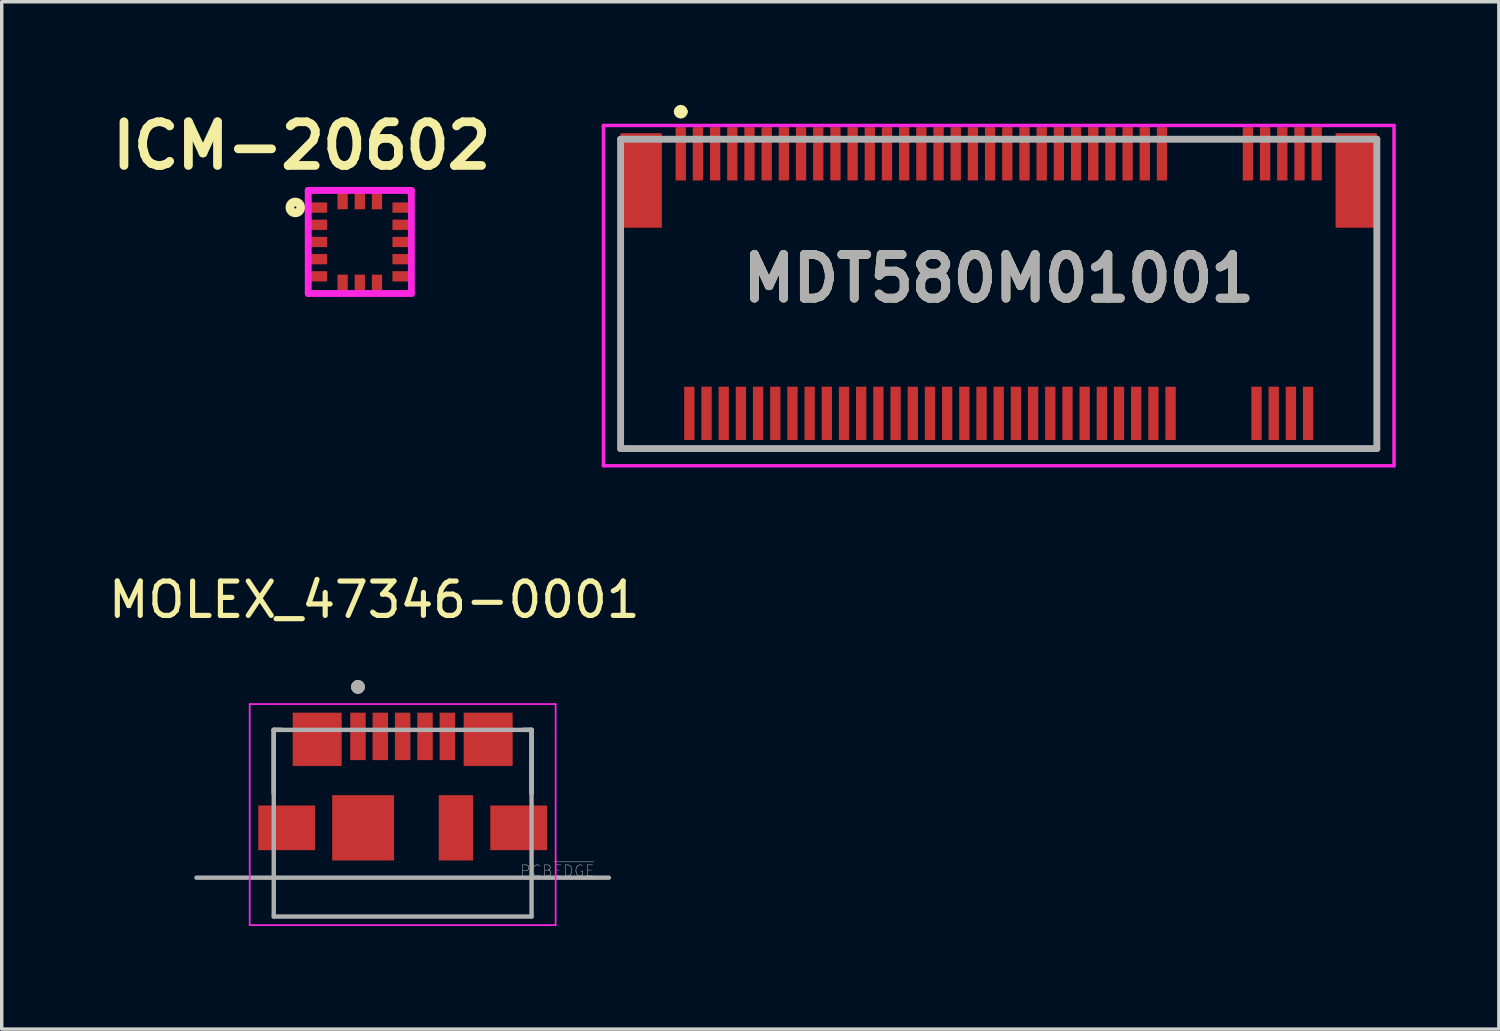
<source format=kicad_pcb>
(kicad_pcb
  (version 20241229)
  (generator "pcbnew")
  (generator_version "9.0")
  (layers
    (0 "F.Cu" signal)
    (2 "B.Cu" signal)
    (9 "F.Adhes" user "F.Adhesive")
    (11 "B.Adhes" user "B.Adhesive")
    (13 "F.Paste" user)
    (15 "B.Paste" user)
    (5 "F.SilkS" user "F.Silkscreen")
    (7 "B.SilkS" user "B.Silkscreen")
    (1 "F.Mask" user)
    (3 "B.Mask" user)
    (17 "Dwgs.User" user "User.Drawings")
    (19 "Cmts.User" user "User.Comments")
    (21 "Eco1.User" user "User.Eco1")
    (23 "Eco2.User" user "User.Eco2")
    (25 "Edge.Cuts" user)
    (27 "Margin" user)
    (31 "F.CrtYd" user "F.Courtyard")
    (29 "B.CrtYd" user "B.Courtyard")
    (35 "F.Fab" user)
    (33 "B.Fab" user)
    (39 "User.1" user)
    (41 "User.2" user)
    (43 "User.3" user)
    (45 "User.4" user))
  (footprint "MDT580M01001"
    (layer "F.Cu")
    (at 26.004 5.05)
    (property "Reference" "MDT580M01001" (at 0 0 0) (layer "F.SilkS") (effects (font (size 1.27 1.27) (thickness 0.254))))
    (attr through_hole)
    (fp_line (start -11 -1) (end -11 4.95) (stroke (width 0.1) (type solid)) (layer "F.SilkS"))
    (fp_line (start -11 4.95) (end -10 4.95) (stroke (width 0.1) (type solid)) (layer "F.SilkS"))
    (fp_line (start -9.35 -4.85) (end -9.35 -4.85) (stroke (width 0.2) (type solid)) (layer "F.SilkS"))
    (fp_line (start -9.15 -4.85) (end -9.15 -4.85) (stroke (width 0.2) (type solid)) (layer "F.SilkS"))
    (fp_line (start 5.5 -4.05) (end 6.5 -4.05) (stroke (width 0.1) (type solid)) (layer "F.SilkS"))
    (fp_line (start 5.5 4.95) (end 7 4.95) (stroke (width 0.1) (type solid)) (layer "F.SilkS"))
    (fp_line (start 10 4.95) (end 11 4.95) (stroke (width 0.1) (type solid)) (layer "F.SilkS"))
    (fp_line (start 11 -1) (end 11 0.5) (stroke (width 0.1) (type solid)) (layer "F.SilkS"))
    (fp_line (start 11 4.95) (end 11 3) (stroke (width 0.1) (type solid)) (layer "F.SilkS"))
    (fp_arc (start -9.35 -4.85) (mid -9.25 -4.95) (end -9.15 -4.85) (stroke (width 0.2) (type solid)) (layer "F.SilkS"))
    (fp_arc (start -9.15 -4.85) (mid -9.25 -4.75) (end -9.35 -4.85) (stroke (width 0.2) (type solid)) (layer "F.SilkS"))
    (fp_line (start -11.5 -4.45) (end 11.5 -4.45) (stroke (width 0.1) (type solid)) (layer "F.CrtYd"))
    (fp_line (start -11.5 5.45) (end -11.5 -4.45) (stroke (width 0.1) (type solid)) (layer "F.CrtYd"))
    (fp_line (start 11.5 -4.45) (end 11.5 5.45) (stroke (width 0.1) (type solid)) (layer "F.CrtYd"))
    (fp_line (start 11.5 5.45) (end -11.5 5.45) (stroke (width 0.1) (type solid)) (layer "F.CrtYd"))
    (fp_line (start -11 -4.05) (end 11 -4.05) (stroke (width 0.2) (type solid)) (layer "F.Fab"))
    (fp_line (start -11 4.95) (end -11 -4.05) (stroke (width 0.2) (type solid)) (layer "F.Fab"))
    (fp_line (start 11 -4.05) (end 11 4.95) (stroke (width 0.2) (type solid)) (layer "F.Fab"))
    (fp_line (start 11 4.95) (end -11 4.95) (stroke (width 0.2) (type solid)) (layer "F.Fab"))
    (fp_text user "${REFERENCE}" (at 0 0 0) (layer "F.Fab") (effects (font (size 1.27 1.27) (thickness 0.254))))
    (pad "" np_thru_hole circle (at -10 1.65) (size 0.001 0.001) (drill 1.15) (layers "*.Cu" "*.Mask"))
    (pad "" np_thru_hole circle (at 10 1.65) (size 0.001 0.001) (drill 1.65) (layers "*.Cu" "*.Mask"))
    (pad "1" smd rect (at -9.25 -3.625) (size 0.3 1.55) (layers "F.Cu" "F.Mask" "F.Paste"))
    (pad "2" smd rect (at -9 3.925) (size 0.3 1.55) (layers "F.Cu" "F.Mask" "F.Paste"))
    (pad "3" smd rect (at -8.75 -3.625) (size 0.3 1.55) (layers "F.Cu" "F.Mask" "F.Paste"))
    (pad "4" smd rect (at -8.5 3.925) (size 0.3 1.55) (layers "F.Cu" "F.Mask" "F.Paste"))
    (pad "5" smd rect (at -8.25 -3.625) (size 0.3 1.55) (layers "F.Cu" "F.Mask" "F.Paste"))
    (pad "6" smd rect (at -8 3.925) (size 0.3 1.55) (layers "F.Cu" "F.Mask" "F.Paste"))
    (pad "7" smd rect (at -7.75 -3.625) (size 0.3 1.55) (layers "F.Cu" "F.Mask" "F.Paste"))
    (pad "8" smd rect (at -7.5 3.925) (size 0.3 1.55) (layers "F.Cu" "F.Mask" "F.Paste"))
    (pad "9" smd rect (at -7.25 -3.625) (size 0.3 1.55) (layers "F.Cu" "F.Mask" "F.Paste"))
    (pad "10" smd rect (at -7 3.925) (size 0.3 1.55) (layers "F.Cu" "F.Mask" "F.Paste"))
    (pad "11" smd rect (at -6.75 -3.625) (size 0.3 1.55) (layers "F.Cu" "F.Mask" "F.Paste"))
    (pad "12" smd rect (at -6.5 3.925) (size 0.3 1.55) (layers "F.Cu" "F.Mask" "F.Paste"))
    (pad "13" smd rect (at -6.25 -3.625) (size 0.3 1.55) (layers "F.Cu" "F.Mask" "F.Paste"))
    (pad "14" smd rect (at -6 3.925) (size 0.3 1.55) (layers "F.Cu" "F.Mask" "F.Paste"))
    (pad "15" smd rect (at -5.75 -3.625) (size 0.3 1.55) (layers "F.Cu" "F.Mask" "F.Paste"))
    (pad "16" smd rect (at -5.5 3.925) (size 0.3 1.55) (layers "F.Cu" "F.Mask" "F.Paste"))
    (pad "17" smd rect (at -5.25 -3.625) (size 0.3 1.55) (layers "F.Cu" "F.Mask" "F.Paste"))
    (pad "18" smd rect (at -5 3.925) (size 0.3 1.55) (layers "F.Cu" "F.Mask" "F.Paste"))
    (pad "19" smd rect (at -4.75 -3.625) (size 0.3 1.55) (layers "F.Cu" "F.Mask" "F.Paste"))
    (pad "20" smd rect (at -4.5 3.925) (size 0.3 1.55) (layers "F.Cu" "F.Mask" "F.Paste"))
    (pad "21" smd rect (at -4.25 -3.625) (size 0.3 1.55) (layers "F.Cu" "F.Mask" "F.Paste"))
    (pad "22" smd rect (at -4 3.925) (size 0.3 1.55) (layers "F.Cu" "F.Mask" "F.Paste"))
    (pad "23" smd rect (at -3.75 -3.625) (size 0.3 1.55) (layers "F.Cu" "F.Mask" "F.Paste"))
    (pad "24" smd rect (at -3.5 3.925) (size 0.3 1.55) (layers "F.Cu" "F.Mask" "F.Paste"))
    (pad "25" smd rect (at -3.25 -3.625) (size 0.3 1.55) (layers "F.Cu" "F.Mask" "F.Paste"))
    (pad "26" smd rect (at -3 3.925) (size 0.3 1.55) (layers "F.Cu" "F.Mask" "F.Paste"))
    (pad "27" smd rect (at -2.75 -3.625) (size 0.3 1.55) (layers "F.Cu" "F.Mask" "F.Paste"))
    (pad "28" smd rect (at -2.5 3.925) (size 0.3 1.55) (layers "F.Cu" "F.Mask" "F.Paste"))
    (pad "29" smd rect (at -2.25 -3.625) (size 0.3 1.55) (layers "F.Cu" "F.Mask" "F.Paste"))
    (pad "30" smd rect (at -2 3.925) (size 0.3 1.55) (layers "F.Cu" "F.Mask" "F.Paste"))
    (pad "31" smd rect (at -1.75 -3.625) (size 0.3 1.55) (layers "F.Cu" "F.Mask" "F.Paste"))
    (pad "32" smd rect (at -1.5 3.925) (size 0.3 1.55) (layers "F.Cu" "F.Mask" "F.Paste"))
    (pad "33" smd rect (at -1.25 -3.625) (size 0.3 1.55) (layers "F.Cu" "F.Mask" "F.Paste"))
    (pad "34" smd rect (at -1 3.925) (size 0.3 1.55) (layers "F.Cu" "F.Mask" "F.Paste"))
    (pad "35" smd rect (at -0.75 -3.625) (size 0.3 1.55) (layers "F.Cu" "F.Mask" "F.Paste"))
    (pad "36" smd rect (at -0.5 3.925) (size 0.3 1.55) (layers "F.Cu" "F.Mask" "F.Paste"))
    (pad "37" smd rect (at -0.25 -3.625) (size 0.3 1.55) (layers "F.Cu" "F.Mask" "F.Paste"))
    (pad "38" smd rect (at 0 3.925) (size 0.3 1.55) (layers "F.Cu" "F.Mask" "F.Paste"))
    (pad "39" smd rect (at 0.25 -3.625) (size 0.3 1.55) (layers "F.Cu" "F.Mask" "F.Paste"))
    (pad "40" smd rect (at 0.5 3.925) (size 0.3 1.55) (layers "F.Cu" "F.Mask" "F.Paste"))
    (pad "41" smd rect (at 0.75 -3.625) (size 0.3 1.55) (layers "F.Cu" "F.Mask" "F.Paste"))
    (pad "42" smd rect (at 1 3.925) (size 0.3 1.55) (layers "F.Cu" "F.Mask" "F.Paste"))
    (pad "43" smd rect (at 1.25 -3.625) (size 0.3 1.55) (layers "F.Cu" "F.Mask" "F.Paste"))
    (pad "44" smd rect (at 1.5 3.925) (size 0.3 1.55) (layers "F.Cu" "F.Mask" "F.Paste"))
    (pad "45" smd rect (at 1.75 -3.625) (size 0.3 1.55) (layers "F.Cu" "F.Mask" "F.Paste"))
    (pad "46" smd rect (at 2 3.925) (size 0.3 1.55) (layers "F.Cu" "F.Mask" "F.Paste"))
    (pad "47" smd rect (at 2.25 -3.625) (size 0.3 1.55) (layers "F.Cu" "F.Mask" "F.Paste"))
    (pad "48" smd rect (at 2.5 3.925) (size 0.3 1.55) (layers "F.Cu" "F.Mask" "F.Paste"))
    (pad "49" smd rect (at 2.75 -3.625) (size 0.3 1.55) (layers "F.Cu" "F.Mask" "F.Paste"))
    (pad "50" smd rect (at 3 3.925) (size 0.3 1.55) (layers "F.Cu" "F.Mask" "F.Paste"))
    (pad "51" smd rect (at 3.25 -3.625) (size 0.3 1.55) (layers "F.Cu" "F.Mask" "F.Paste"))
    (pad "52" smd rect (at 3.5 3.925) (size 0.3 1.55) (layers "F.Cu" "F.Mask" "F.Paste"))
    (pad "53" smd rect (at 3.75 -3.625) (size 0.3 1.55) (layers "F.Cu" "F.Mask" "F.Paste"))
    (pad "54" smd rect (at 4 3.925) (size 0.3 1.55) (layers "F.Cu" "F.Mask" "F.Paste"))
    (pad "55" smd rect (at 4.25 -3.625) (size 0.3 1.55) (layers "F.Cu" "F.Mask" "F.Paste"))
    (pad "56" smd rect (at 4.5 3.925) (size 0.3 1.55) (layers "F.Cu" "F.Mask" "F.Paste"))
    (pad "57" smd rect (at 4.75 -3.625) (size 0.3 1.55) (layers "F.Cu" "F.Mask" "F.Paste"))
    (pad "58" smd rect (at 5 3.925) (size 0.3 1.55) (layers "F.Cu" "F.Mask" "F.Paste"))
    (pad "67" smd rect (at 7.25 -3.625) (size 0.3 1.55) (layers "F.Cu" "F.Mask" "F.Paste"))
    (pad "68" smd rect (at 7.5 3.925) (size 0.3 1.55) (layers "F.Cu" "F.Mask" "F.Paste"))
    (pad "69" smd rect (at 7.75 -3.625) (size 0.3 1.55) (layers "F.Cu" "F.Mask" "F.Paste"))
    (pad "70" smd rect (at 8 3.925) (size 0.3 1.55) (layers "F.Cu" "F.Mask" "F.Paste"))
    (pad "71" smd rect (at 8.25 -3.625) (size 0.3 1.55) (layers "F.Cu" "F.Mask" "F.Paste"))
    (pad "72" smd rect (at 8.5 3.925) (size 0.3 1.55) (layers "F.Cu" "F.Mask" "F.Paste"))
    (pad "73" smd rect (at 8.75 -3.625) (size 0.3 1.55) (layers "F.Cu" "F.Mask" "F.Paste"))
    (pad "74" smd rect (at 9 3.925) (size 0.3 1.55) (layers "F.Cu" "F.Mask" "F.Paste"))
    (pad "75" smd rect (at 9.25 -3.625) (size 0.3 1.55) (layers "F.Cu" "F.Mask" "F.Paste"))
    (pad "MP1" smd rect (at -10.4 -2.85) (size 1.2 2.75) (layers "F.Cu" "F.Mask" "F.Paste"))
    (pad "MP2" smd rect (at 10.4 -2.85) (size 1.2 2.75) (layers "F.Cu" "F.Mask" "F.Paste")))
  (footprint "ICM-20602"
    (layer "F.Cu")
    (at 7.417 3.989)
    (property "Reference" "ICM-20602" (at -1.69 -2.8 0) (layer "F.SilkS") (effects (font (size 1.27 1.27) (thickness 0.254))))
    (attr smd)
    (fp_circle (center -1.876 -1.004) (end -1.876 -0.974) (stroke (width 0.254) (type solid)) (fill no) (layer "F.SilkS"))
    (fp_line (start -1.5 -1.5) (end 1.5 -1.5) (stroke (width 0.2) (type solid)) (layer "F.CrtYd"))
    (fp_line (start -1.5 1.5) (end -1.5 -1.5) (stroke (width 0.2) (type solid)) (layer "F.CrtYd"))
    (fp_line (start 1.5 -1.5) (end 1.5 1.5) (stroke (width 0.2) (type solid)) (layer "F.CrtYd"))
    (fp_line (start 1.5 1.5) (end -1.5 1.5) (stroke (width 0.2) (type solid)) (layer "F.CrtYd"))
    (pad "1" smd rect (at -1.2 -1 90) (size 0.3 0.5) (layers "F.Cu" "F.Mask" "F.Paste"))
    (pad "2" smd rect (at -1.2 -0.5 90) (size 0.3 0.5) (layers "F.Cu" "F.Mask" "F.Paste"))
    (pad "3" smd rect (at -1.2 0 90) (size 0.3 0.5) (layers "F.Cu" "F.Mask" "F.Paste"))
    (pad "4" smd rect (at -1.2 0.5 90) (size 0.3 0.5) (layers "F.Cu" "F.Mask" "F.Paste"))
    (pad "5" smd rect (at -1.2 1 90) (size 0.3 0.5) (layers "F.Cu" "F.Mask" "F.Paste"))
    (pad "6" smd rect (at -0.5 1.2) (size 0.3 0.5) (layers "F.Cu" "F.Mask" "F.Paste"))
    (pad "7" smd rect (at 0 1.2) (size 0.3 0.5) (layers "F.Cu" "F.Mask" "F.Paste"))
    (pad "8" smd rect (at 0.5 1.2) (size 0.3 0.5) (layers "F.Cu" "F.Mask" "F.Paste"))
    (pad "9" smd rect (at 1.2 1 90) (size 0.3 0.5) (layers "F.Cu" "F.Mask" "F.Paste"))
    (pad "10" smd rect (at 1.2 0.5 90) (size 0.3 0.5) (layers "F.Cu" "F.Mask" "F.Paste"))
    (pad "11" smd rect (at 1.2 0 90) (size 0.3 0.5) (layers "F.Cu" "F.Mask" "F.Paste"))
    (pad "12" smd rect (at 1.2 -0.5 90) (size 0.3 0.5) (layers "F.Cu" "F.Mask" "F.Paste"))
    (pad "13" smd rect (at 1.2 -1 90) (size 0.3 0.5) (layers "F.Cu" "F.Mask" "F.Paste"))
    (pad "14" smd rect (at 0.5 -1.2) (size 0.3 0.5) (layers "F.Cu" "F.Mask" "F.Paste"))
    (pad "15" smd rect (at 0 -1.2) (size 0.3 0.5) (layers "F.Cu" "F.Mask" "F.Paste"))
    (pad "16" smd rect (at -0.5 -1.2) (size 0.3 0.5) (layers "F.Cu" "F.Mask" "F.Paste")))
  (footprint "MOLEX_47346-0001"
    (layer "F.Cu")
    (at 8.664 21.033)
    (property "Reference" "MOLEX_47346-0001" (at -0.825 -6.635 0) (layer "F.SilkS") (effects (font (size 1 1) (thickness 0.15))))
    (attr through_hole)
    (fp_line (start -3.75 -2.85) (end -3.75 -1) (stroke (width 0.127) (type solid)) (layer "F.SilkS"))
    (fp_line (start -3.75 -2.85) (end -3.52 -2.85) (stroke (width 0.127) (type solid)) (layer "F.SilkS"))
    (fp_line (start 3.75 -2.85) (end 3.52 -2.85) (stroke (width 0.127) (type solid)) (layer "F.SilkS"))
    (fp_line (start 3.75 -2.85) (end 3.75 -1) (stroke (width 0.127) (type solid)) (layer "F.SilkS"))
    (fp_circle (center -1.3 -4.1) (end -1.2 -4.1) (stroke (width 0.2) (type solid)) (fill no) (layer "F.SilkS"))
    (fp_line (start -4.45 -3.6) (end 4.45 -3.6) (stroke (width 0.05) (type solid)) (layer "F.CrtYd"))
    (fp_line (start -4.45 2.83) (end -4.45 -3.6) (stroke (width 0.05) (type solid)) (layer "F.CrtYd"))
    (fp_line (start 4.45 -3.6) (end 4.45 2.83) (stroke (width 0.05) (type solid)) (layer "F.CrtYd"))
    (fp_line (start 4.45 2.83) (end -4.45 2.83) (stroke (width 0.05) (type solid)) (layer "F.CrtYd"))
    (fp_line (start -6 1.45) (end 6 1.45) (stroke (width 0.127) (type solid)) (layer "F.Fab"))
    (fp_line (start -3.75 -2.85) (end 3.75 -2.85) (stroke (width 0.127) (type solid)) (layer "F.Fab"))
    (fp_line (start -3.75 2.58) (end -3.75 -2.85) (stroke (width 0.127) (type solid)) (layer "F.Fab"))
    (fp_line (start 3.75 -2.85) (end 3.75 2.58) (stroke (width 0.127) (type solid)) (layer "F.Fab"))
    (fp_line (start 3.75 2.58) (end -3.75 2.58) (stroke (width 0.127) (type solid)) (layer "F.Fab"))
    (fp_circle (center -1.3 -4.1) (end -1.2 -4.1) (stroke (width 0.2) (type solid)) (fill no) (layer "F.Fab"))
    (fp_text user "PCB~{EDGE}" (at 4.5 1.25 0) (layer "F.Fab") (effects (font (size 0.32 0.32) (thickness 0.015))))
    (pad "1" smd rect (at -1.3 -2.66) (size 0.45 1.38) (layers "F.Cu" "F.Mask" "F.Paste"))
    (pad "2" smd rect (at -0.65 -2.66) (size 0.45 1.38) (layers "F.Cu" "F.Mask" "F.Paste"))
    (pad "3" smd rect (at 0 -2.66) (size 0.45 1.38) (layers "F.Cu" "F.Mask" "F.Paste"))
    (pad "4" smd rect (at 0.65 -2.66) (size 0.45 1.38) (layers "F.Cu" "F.Mask" "F.Paste"))
    (pad "5" smd rect (at 1.3 -2.66) (size 0.45 1.38) (layers "F.Cu" "F.Mask" "F.Paste"))
    (pad "S1" smd rect (at -2.487 -2.575) (size 1.425 1.55) (layers "F.Cu" "F.Mask" "F.Paste"))
    (pad "S2" smd rect (at 2.487 -2.575) (size 1.425 1.55) (layers "F.Cu" "F.Mask" "F.Paste"))
    (pad "S3" smd rect (at -3.375 0) (size 1.65 1.3) (layers "F.Cu" "F.Mask" "F.Paste"))
    (pad "S4" smd rect (at -1.15 0) (size 1.8 1.9) (layers "F.Cu" "F.Mask" "F.Paste"))
    (pad "S5" smd rect (at 1.55 0) (size 1 1.9) (layers "F.Cu" "F.Mask" "F.Paste"))
    (pad "S6" smd rect (at 3.375 0) (size 1.65 1.3) (layers "F.Cu" "F.Mask" "F.Paste")))
  (gr_rect
    (start -3 -3)
    (end 40.554 26.888)
    (stroke (width 0.1) (type default))
    (fill no)
    (layer "Edge.Cuts")))
</source>
